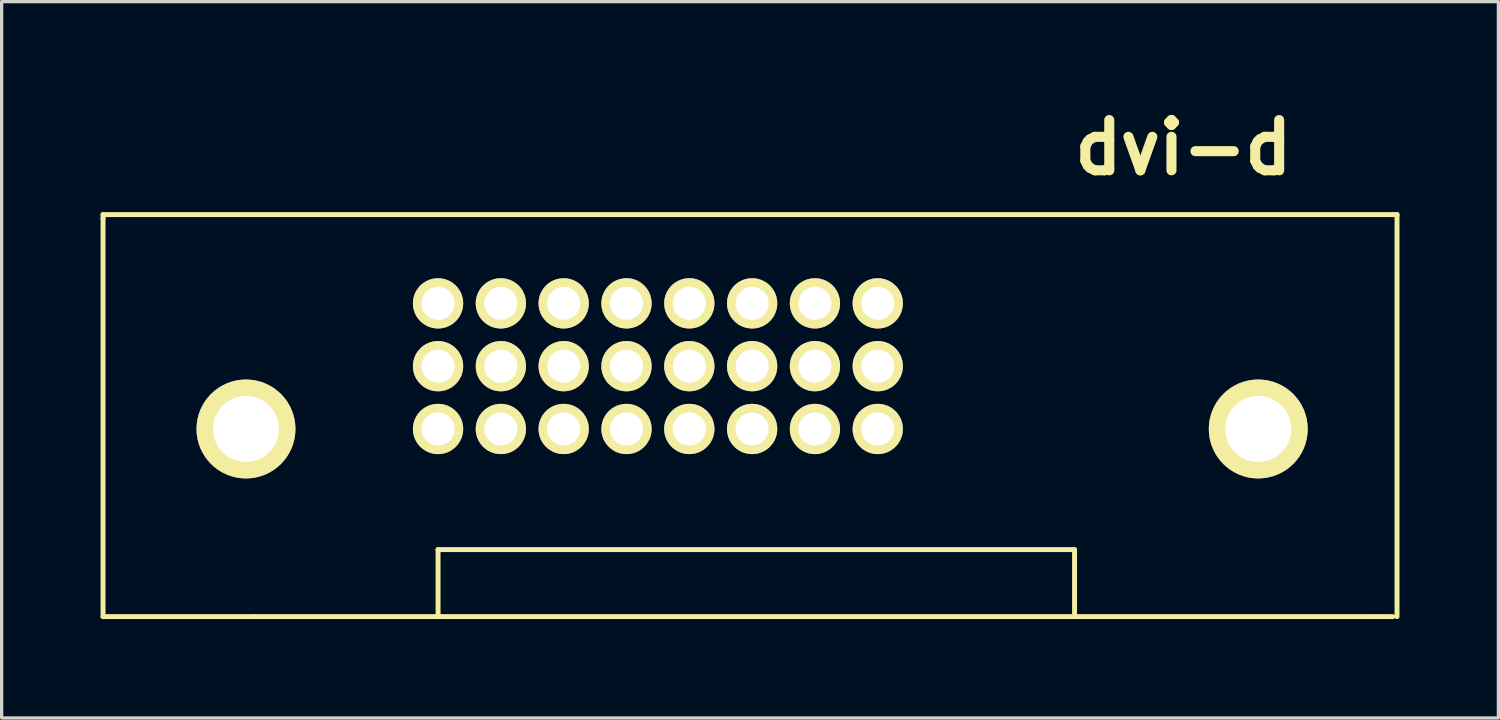
<source format=kicad_pcb>
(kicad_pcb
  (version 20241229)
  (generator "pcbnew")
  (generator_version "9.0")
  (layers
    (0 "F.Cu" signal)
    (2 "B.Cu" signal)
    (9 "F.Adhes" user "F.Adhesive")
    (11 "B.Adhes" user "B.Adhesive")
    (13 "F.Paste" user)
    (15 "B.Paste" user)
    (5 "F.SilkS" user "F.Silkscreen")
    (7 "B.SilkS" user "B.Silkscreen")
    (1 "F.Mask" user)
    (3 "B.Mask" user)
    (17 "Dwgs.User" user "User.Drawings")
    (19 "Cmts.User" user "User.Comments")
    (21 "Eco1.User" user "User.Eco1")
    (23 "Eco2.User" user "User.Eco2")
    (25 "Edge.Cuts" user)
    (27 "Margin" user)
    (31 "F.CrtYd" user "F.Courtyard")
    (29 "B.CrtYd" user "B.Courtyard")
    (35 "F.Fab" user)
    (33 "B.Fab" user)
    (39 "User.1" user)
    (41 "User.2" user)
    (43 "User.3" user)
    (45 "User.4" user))
  (footprint "dvi-d"
    (layer "F.Cu")
    (at 16.585 8.03)
    (property "Reference" "dvi-d" (at 16.256 -6.604 0) (layer "F.SilkS") (effects (font (size 1.524 1.524) (thickness 0.305))))
    (attr through_hole)
    (fp_line (start -16.51 -4.572) (end -16.51 -4.445) (stroke (width 0.15) (type solid)) (layer "F.SilkS"))
    (fp_line (start -16.51 -4.572) (end 22.606 -4.572) (stroke (width 0.15) (type solid)) (layer "F.SilkS"))
    (fp_line (start -16.51 7.62) (end -16.51 -4.445) (stroke (width 0.15) (type solid)) (layer "F.SilkS"))
    (fp_line (start -11.938 7.62) (end -16.51 7.62) (stroke (width 0.15) (type solid)) (layer "F.SilkS"))
    (fp_line (start -11.938 7.62) (end 22.098 7.62) (stroke (width 0.15) (type solid)) (layer "F.SilkS"))
    (fp_line (start -6.35 5.588) (end 12.954 5.588) (stroke (width 0.15) (type solid)) (layer "F.SilkS"))
    (fp_line (start -6.35 7.62) (end -6.35 5.588) (stroke (width 0.15) (type solid)) (layer "F.SilkS"))
    (fp_line (start 12.954 5.588) (end 12.954 7.62) (stroke (width 0.15) (type solid)) (layer "F.SilkS"))
    (fp_line (start 22.606 7.62) (end 22.098 7.62) (stroke (width 0.15) (type solid)) (layer "F.SilkS"))
    (fp_line (start 22.733 -4.572) (end 22.606 -4.572) (stroke (width 0.15) (type solid)) (layer "F.SilkS"))
    (fp_line (start 22.733 7.62) (end 22.733 -4.572) (stroke (width 0.15) (type solid)) (layer "F.SilkS"))
    (pad "0" thru_hole circle (at -12.175 1.93) (size 3 3) (drill 2) (layers "*.Cu" "*.Mask" "F.SilkS"))
    (pad "0" thru_hole circle (at 18.525 1.93) (size 3 3) (drill 2) (layers "*.Cu" "*.Mask" "F.SilkS"))
    (pad "1" thru_hole circle (at -6.35 -1.88) (size 1.524 1.524) (drill 1.001) (layers "*.Cu" "*.Mask" "F.SilkS"))
    (pad "2" thru_hole circle (at -4.445 -1.88) (size 1.524 1.524) (drill 1.001) (layers "*.Cu" "*.Mask" "F.SilkS"))
    (pad "3" thru_hole circle (at -2.54 -1.88) (size 1.524 1.524) (drill 1.001) (layers "*.Cu" "*.Mask" "F.SilkS"))
    (pad "4" thru_hole circle (at -0.635 -1.88) (size 1.524 1.524) (drill 1.001) (layers "*.Cu" "*.Mask" "F.SilkS"))
    (pad "5" thru_hole circle (at 1.27 -1.88) (size 1.524 1.524) (drill 1.001) (layers "*.Cu" "*.Mask" "F.SilkS"))
    (pad "6" thru_hole circle (at 3.175 -1.88) (size 1.524 1.524) (drill 1.001) (layers "*.Cu" "*.Mask" "F.SilkS"))
    (pad "7" thru_hole circle (at 5.08 -1.88) (size 1.524 1.524) (drill 1.001) (layers "*.Cu" "*.Mask" "F.SilkS"))
    (pad "8" thru_hole circle (at 6.985 -1.88) (size 1.524 1.524) (drill 1.001) (layers "*.Cu" "*.Mask" "F.SilkS"))
    (pad "9" thru_hole circle (at -6.35 0.025) (size 1.524 1.524) (drill 1.001) (layers "*.Cu" "*.Mask" "F.SilkS"))
    (pad "10" thru_hole circle (at -4.445 0.025) (size 1.524 1.524) (drill 1.001) (layers "*.Cu" "*.Mask" "F.SilkS"))
    (pad "11" thru_hole circle (at -2.54 0.025) (size 1.524 1.524) (drill 1.001) (layers "*.Cu" "*.Mask" "F.SilkS"))
    (pad "12" thru_hole circle (at -0.635 0.025) (size 1.524 1.524) (drill 1.001) (layers "*.Cu" "*.Mask" "F.SilkS"))
    (pad "13" thru_hole circle (at 1.27 0.025) (size 1.524 1.524) (drill 1.001) (layers "*.Cu" "*.Mask" "F.SilkS"))
    (pad "14" thru_hole circle (at 3.175 0.025) (size 1.524 1.524) (drill 1.001) (layers "*.Cu" "*.Mask" "F.SilkS"))
    (pad "15" thru_hole circle (at 5.08 0.025) (size 1.524 1.524) (drill 1.001) (layers "*.Cu" "*.Mask" "F.SilkS"))
    (pad "16" thru_hole circle (at 6.985 0.025) (size 1.524 1.524) (drill 1.001) (layers "*.Cu" "*.Mask" "F.SilkS"))
    (pad "17" thru_hole circle (at -6.35 1.93) (size 1.524 1.524) (drill 1.001) (layers "*.Cu" "*.Mask" "F.SilkS"))
    (pad "18" thru_hole circle (at -4.445 1.93) (size 1.524 1.524) (drill 1.001) (layers "*.Cu" "*.Mask" "F.SilkS"))
    (pad "19" thru_hole circle (at -2.54 1.93) (size 1.524 1.524) (drill 1.001) (layers "*.Cu" "*.Mask" "F.SilkS"))
    (pad "20" thru_hole circle (at -0.635 1.93) (size 1.524 1.524) (drill 1.001) (layers "*.Cu" "*.Mask" "F.SilkS"))
    (pad "21" thru_hole circle (at 1.27 1.93) (size 1.524 1.524) (drill 1.001) (layers "*.Cu" "*.Mask" "F.SilkS"))
    (pad "22" thru_hole circle (at 3.175 1.93) (size 1.524 1.524) (drill 1.001) (layers "*.Cu" "*.Mask" "F.SilkS"))
    (pad "23" thru_hole circle (at 5.08 1.93) (size 1.524 1.524) (drill 1.001) (layers "*.Cu" "*.Mask" "F.SilkS"))
    (pad "24" thru_hole circle (at 6.985 1.93) (size 1.524 1.524) (drill 1.001) (layers "*.Cu" "*.Mask" "F.SilkS")))
  (gr_rect
    (start -3 -3)
    (end 42.393 18.725)
    (stroke (width 0.1) (type default))
    (fill no)
    (layer "Edge.Cuts")))
</source>
